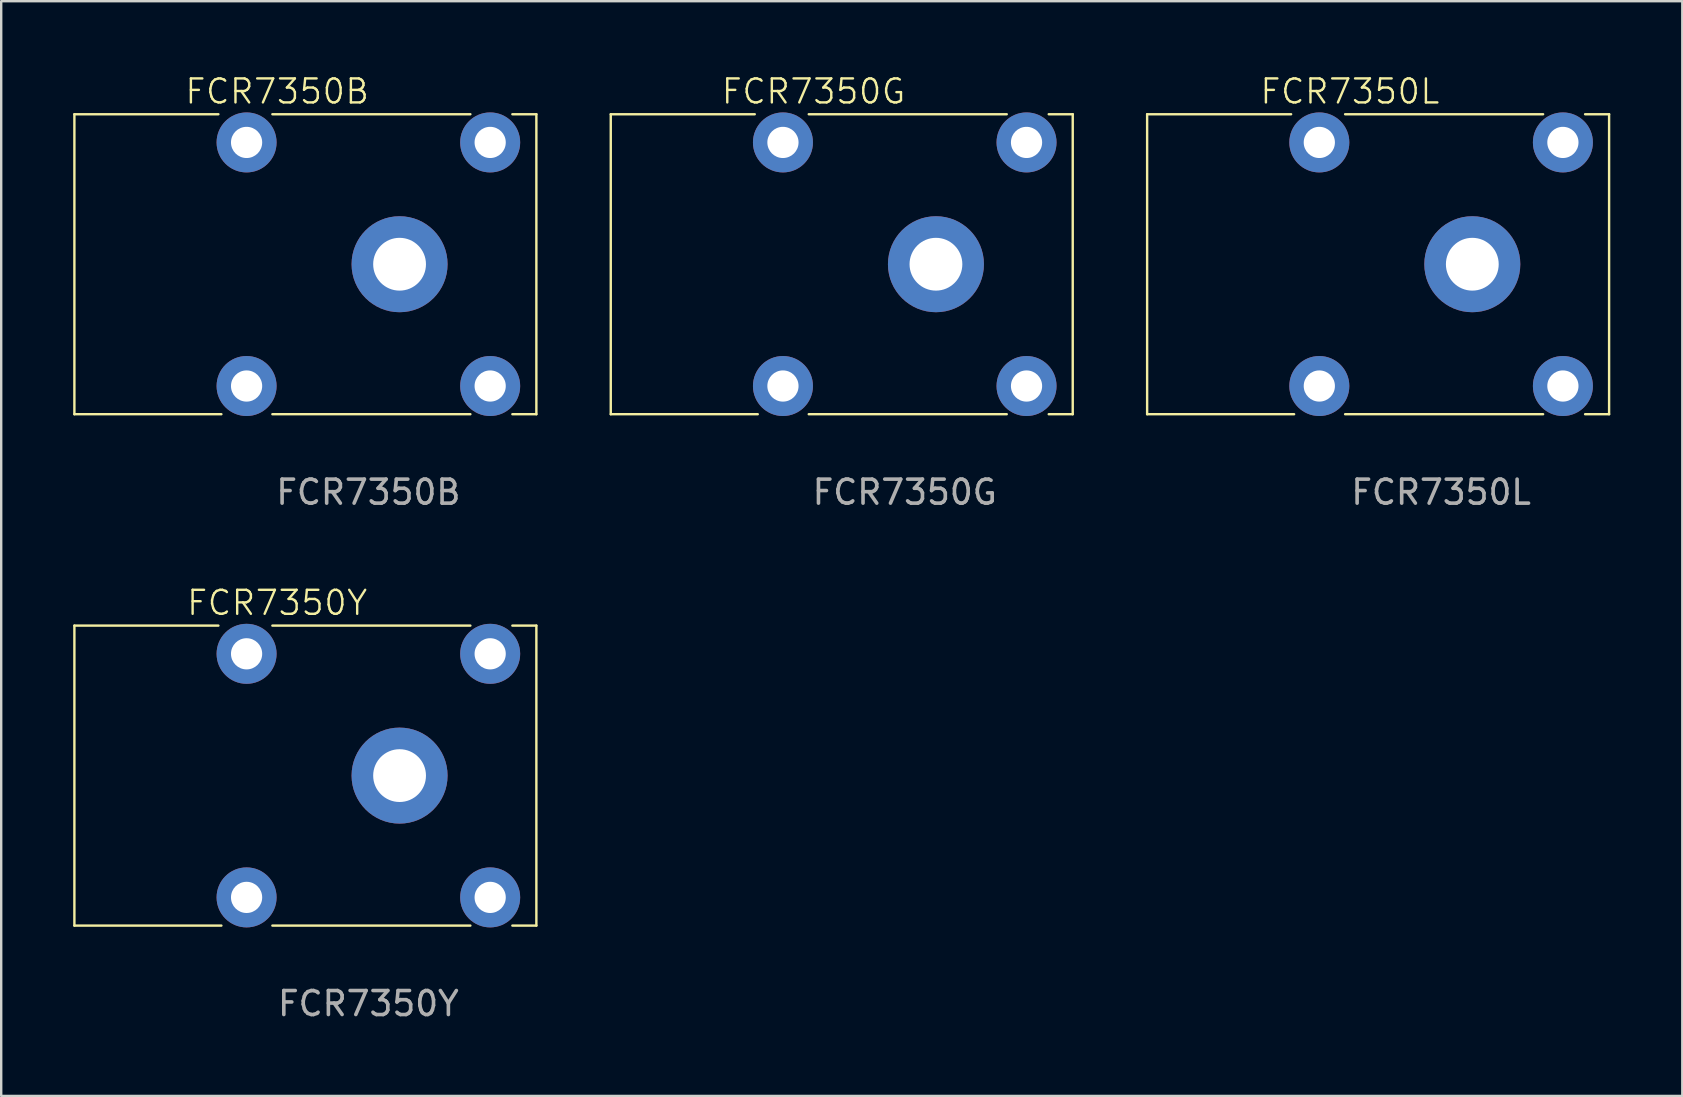
<source format=kicad_pcb>
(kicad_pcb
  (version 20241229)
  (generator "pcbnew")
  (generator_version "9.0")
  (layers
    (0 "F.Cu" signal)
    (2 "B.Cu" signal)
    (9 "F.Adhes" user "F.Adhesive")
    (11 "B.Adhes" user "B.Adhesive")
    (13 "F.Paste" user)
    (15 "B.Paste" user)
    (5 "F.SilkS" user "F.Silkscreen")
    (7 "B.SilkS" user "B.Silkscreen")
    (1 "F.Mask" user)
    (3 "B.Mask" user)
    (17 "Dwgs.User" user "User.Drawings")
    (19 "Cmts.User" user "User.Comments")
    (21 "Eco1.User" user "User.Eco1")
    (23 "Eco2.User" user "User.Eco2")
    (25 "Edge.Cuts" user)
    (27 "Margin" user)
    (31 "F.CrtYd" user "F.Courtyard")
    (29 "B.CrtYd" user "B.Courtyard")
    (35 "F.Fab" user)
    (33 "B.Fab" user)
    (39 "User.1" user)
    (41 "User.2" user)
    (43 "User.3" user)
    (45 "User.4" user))
  (footprint "FCR7350G"
    (layer "F.Cu")
    (at 34.65 7.96)
    (property "Reference" "FCR7350G" (at -3.8 -7.2 0) (unlocked yes) (layer "F.SilkS") (effects (font (size 1 1) (thickness 0.1))))
    (attr through_hole)
    (fp_line (start -12.25 -6.25) (end -12.25 6.25) (stroke (width 0.1) (type default)) (layer "F.SilkS"))
    (fp_line (start -6.25 -6.25) (end -12.25 -6.25) (stroke (width 0.1) (type default)) (layer "F.SilkS"))
    (fp_line (start -6.125 6.25) (end -12.25 6.25) (stroke (width 0.1) (type default)) (layer "F.SilkS"))
    (fp_line (start -4 -6.25) (end 4.25 -6.25) (stroke (width 0.1) (type default)) (layer "F.SilkS"))
    (fp_line (start 4.25 6.25) (end -4 6.25) (stroke (width 0.1) (type default)) (layer "F.SilkS"))
    (fp_line (start 7 -6.25) (end 6 -6.25) (stroke (width 0.1) (type default)) (layer "F.SilkS"))
    (fp_line (start 7 -6.25) (end 7 6.25) (stroke (width 0.1) (type default)) (layer "F.SilkS"))
    (fp_line (start 7 6.25) (end 6 6.25) (stroke (width 0.1) (type default)) (layer "F.SilkS"))
    (fp_text user "${REFERENCE}" (at 0 9.5 0) (unlocked yes) (layer "F.Fab") (effects (font (size 1 1) (thickness 0.15))))
    (pad "1" thru_hole circle (at 1.3 0) (size 4 4) (drill 2.2) (layers "*.Cu" "*.Mask"))
    (pad "MP" thru_hole circle (at -5.075 -5.075) (size 2.5 2.5) (drill 1.3) (layers "*.Cu" "*.Mask"))
    (pad "MP" thru_hole circle (at -5.075 5.075) (size 2.5 2.5) (drill 1.3) (layers "*.Cu" "*.Mask"))
    (pad "MP" thru_hole circle (at 5.075 -5.075) (size 2.5 2.5) (drill 1.3) (layers "*.Cu" "*.Mask"))
    (pad "MP" thru_hole circle (at 5.075 5.075) (size 2.5 2.5) (drill 1.3) (layers "*.Cu" "*.Mask")))
  (footprint "FCR7350L"
    (layer "F.Cu")
    (at 57 7.96)
    (property "Reference" "FCR7350L" (at -3.8 -7.2 0) (unlocked yes) (layer "F.SilkS") (effects (font (size 1 1) (thickness 0.1))))
    (attr through_hole)
    (fp_line (start -12.25 -6.25) (end -12.25 6.25) (stroke (width 0.1) (type default)) (layer "F.SilkS"))
    (fp_line (start -6.25 -6.25) (end -12.25 -6.25) (stroke (width 0.1) (type default)) (layer "F.SilkS"))
    (fp_line (start -6.125 6.25) (end -12.25 6.25) (stroke (width 0.1) (type default)) (layer "F.SilkS"))
    (fp_line (start -4 -6.25) (end 4.25 -6.25) (stroke (width 0.1) (type default)) (layer "F.SilkS"))
    (fp_line (start 4.25 6.25) (end -4 6.25) (stroke (width 0.1) (type default)) (layer "F.SilkS"))
    (fp_line (start 7 -6.25) (end 6 -6.25) (stroke (width 0.1) (type default)) (layer "F.SilkS"))
    (fp_line (start 7 -6.25) (end 7 6.25) (stroke (width 0.1) (type default)) (layer "F.SilkS"))
    (fp_line (start 7 6.25) (end 6 6.25) (stroke (width 0.1) (type default)) (layer "F.SilkS"))
    (fp_text user "${REFERENCE}" (at 0 9.5 0) (unlocked yes) (layer "F.Fab") (effects (font (size 1 1) (thickness 0.15))))
    (pad "1" thru_hole circle (at 1.3 0) (size 4 4) (drill 2.2) (layers "*.Cu" "*.Mask"))
    (pad "MP" thru_hole circle (at -5.075 -5.075) (size 2.5 2.5) (drill 1.3) (layers "*.Cu" "*.Mask"))
    (pad "MP" thru_hole circle (at -5.075 5.075) (size 2.5 2.5) (drill 1.3) (layers "*.Cu" "*.Mask"))
    (pad "MP" thru_hole circle (at 5.075 -5.075) (size 2.5 2.5) (drill 1.3) (layers "*.Cu" "*.Mask"))
    (pad "MP" thru_hole circle (at 5.075 5.075) (size 2.5 2.5) (drill 1.3) (layers "*.Cu" "*.Mask")))
  (footprint "FCR7350Y"
    (layer "F.Cu")
    (at 12.3 29.269)
    (property "Reference" "FCR7350Y" (at -3.8 -7.2 0) (unlocked yes) (layer "F.SilkS") (effects (font (size 1 1) (thickness 0.1))))
    (attr through_hole)
    (fp_line (start -12.25 -6.25) (end -12.25 6.25) (stroke (width 0.1) (type default)) (layer "F.SilkS"))
    (fp_line (start -6.25 -6.25) (end -12.25 -6.25) (stroke (width 0.1) (type default)) (layer "F.SilkS"))
    (fp_line (start -6.125 6.25) (end -12.25 6.25) (stroke (width 0.1) (type default)) (layer "F.SilkS"))
    (fp_line (start -4 -6.25) (end 4.25 -6.25) (stroke (width 0.1) (type default)) (layer "F.SilkS"))
    (fp_line (start 4.25 6.25) (end -4 6.25) (stroke (width 0.1) (type default)) (layer "F.SilkS"))
    (fp_line (start 7 -6.25) (end 6 -6.25) (stroke (width 0.1) (type default)) (layer "F.SilkS"))
    (fp_line (start 7 -6.25) (end 7 6.25) (stroke (width 0.1) (type default)) (layer "F.SilkS"))
    (fp_line (start 7 6.25) (end 6 6.25) (stroke (width 0.1) (type default)) (layer "F.SilkS"))
    (fp_text user "${REFERENCE}" (at 0 9.5 0) (unlocked yes) (layer "F.Fab") (effects (font (size 1 1) (thickness 0.15))))
    (pad "1" thru_hole circle (at 1.3 0) (size 4 4) (drill 2.2) (layers "*.Cu" "*.Mask"))
    (pad "MP" thru_hole circle (at -5.075 -5.075) (size 2.5 2.5) (drill 1.3) (layers "*.Cu" "*.Mask"))
    (pad "MP" thru_hole circle (at -5.075 5.075) (size 2.5 2.5) (drill 1.3) (layers "*.Cu" "*.Mask"))
    (pad "MP" thru_hole circle (at 5.075 -5.075) (size 2.5 2.5) (drill 1.3) (layers "*.Cu" "*.Mask"))
    (pad "MP" thru_hole circle (at 5.075 5.075) (size 2.5 2.5) (drill 1.3) (layers "*.Cu" "*.Mask")))
  (footprint "FCR7350B"
    (layer "F.Cu")
    (at 12.3 7.96)
    (property "Reference" "FCR7350B" (at -3.8 -7.2 0) (unlocked yes) (layer "F.SilkS") (effects (font (size 1 1) (thickness 0.1))))
    (attr through_hole)
    (fp_line (start -12.25 -6.25) (end -12.25 6.25) (stroke (width 0.1) (type default)) (layer "F.SilkS"))
    (fp_line (start -6.25 -6.25) (end -12.25 -6.25) (stroke (width 0.1) (type default)) (layer "F.SilkS"))
    (fp_line (start -6.125 6.25) (end -12.25 6.25) (stroke (width 0.1) (type default)) (layer "F.SilkS"))
    (fp_line (start -4 -6.25) (end 4.25 -6.25) (stroke (width 0.1) (type default)) (layer "F.SilkS"))
    (fp_line (start 4.25 6.25) (end -4 6.25) (stroke (width 0.1) (type default)) (layer "F.SilkS"))
    (fp_line (start 7 -6.25) (end 6 -6.25) (stroke (width 0.1) (type default)) (layer "F.SilkS"))
    (fp_line (start 7 -6.25) (end 7 6.25) (stroke (width 0.1) (type default)) (layer "F.SilkS"))
    (fp_line (start 7 6.25) (end 6 6.25) (stroke (width 0.1) (type default)) (layer "F.SilkS"))
    (fp_text user "${REFERENCE}" (at 0 9.5 0) (unlocked yes) (layer "F.Fab") (effects (font (size 1 1) (thickness 0.15))))
    (pad "1" thru_hole circle (at 1.3 0) (size 4 4) (drill 2.2) (layers "*.Cu" "*.Mask"))
    (pad "MP" thru_hole circle (at -5.075 -5.075) (size 2.5 2.5) (drill 1.3) (layers "*.Cu" "*.Mask"))
    (pad "MP" thru_hole circle (at -5.075 5.075) (size 2.5 2.5) (drill 1.3) (layers "*.Cu" "*.Mask"))
    (pad "MP" thru_hole circle (at 5.075 -5.075) (size 2.5 2.5) (drill 1.3) (layers "*.Cu" "*.Mask"))
    (pad "MP" thru_hole circle (at 5.075 5.075) (size 2.5 2.5) (drill 1.3) (layers "*.Cu" "*.Mask")))
  (gr_rect
    (start -3 -3)
    (end 67.05 42.617)
    (stroke (width 0.1) (type default))
    (fill no)
    (layer "Edge.Cuts")))
</source>
